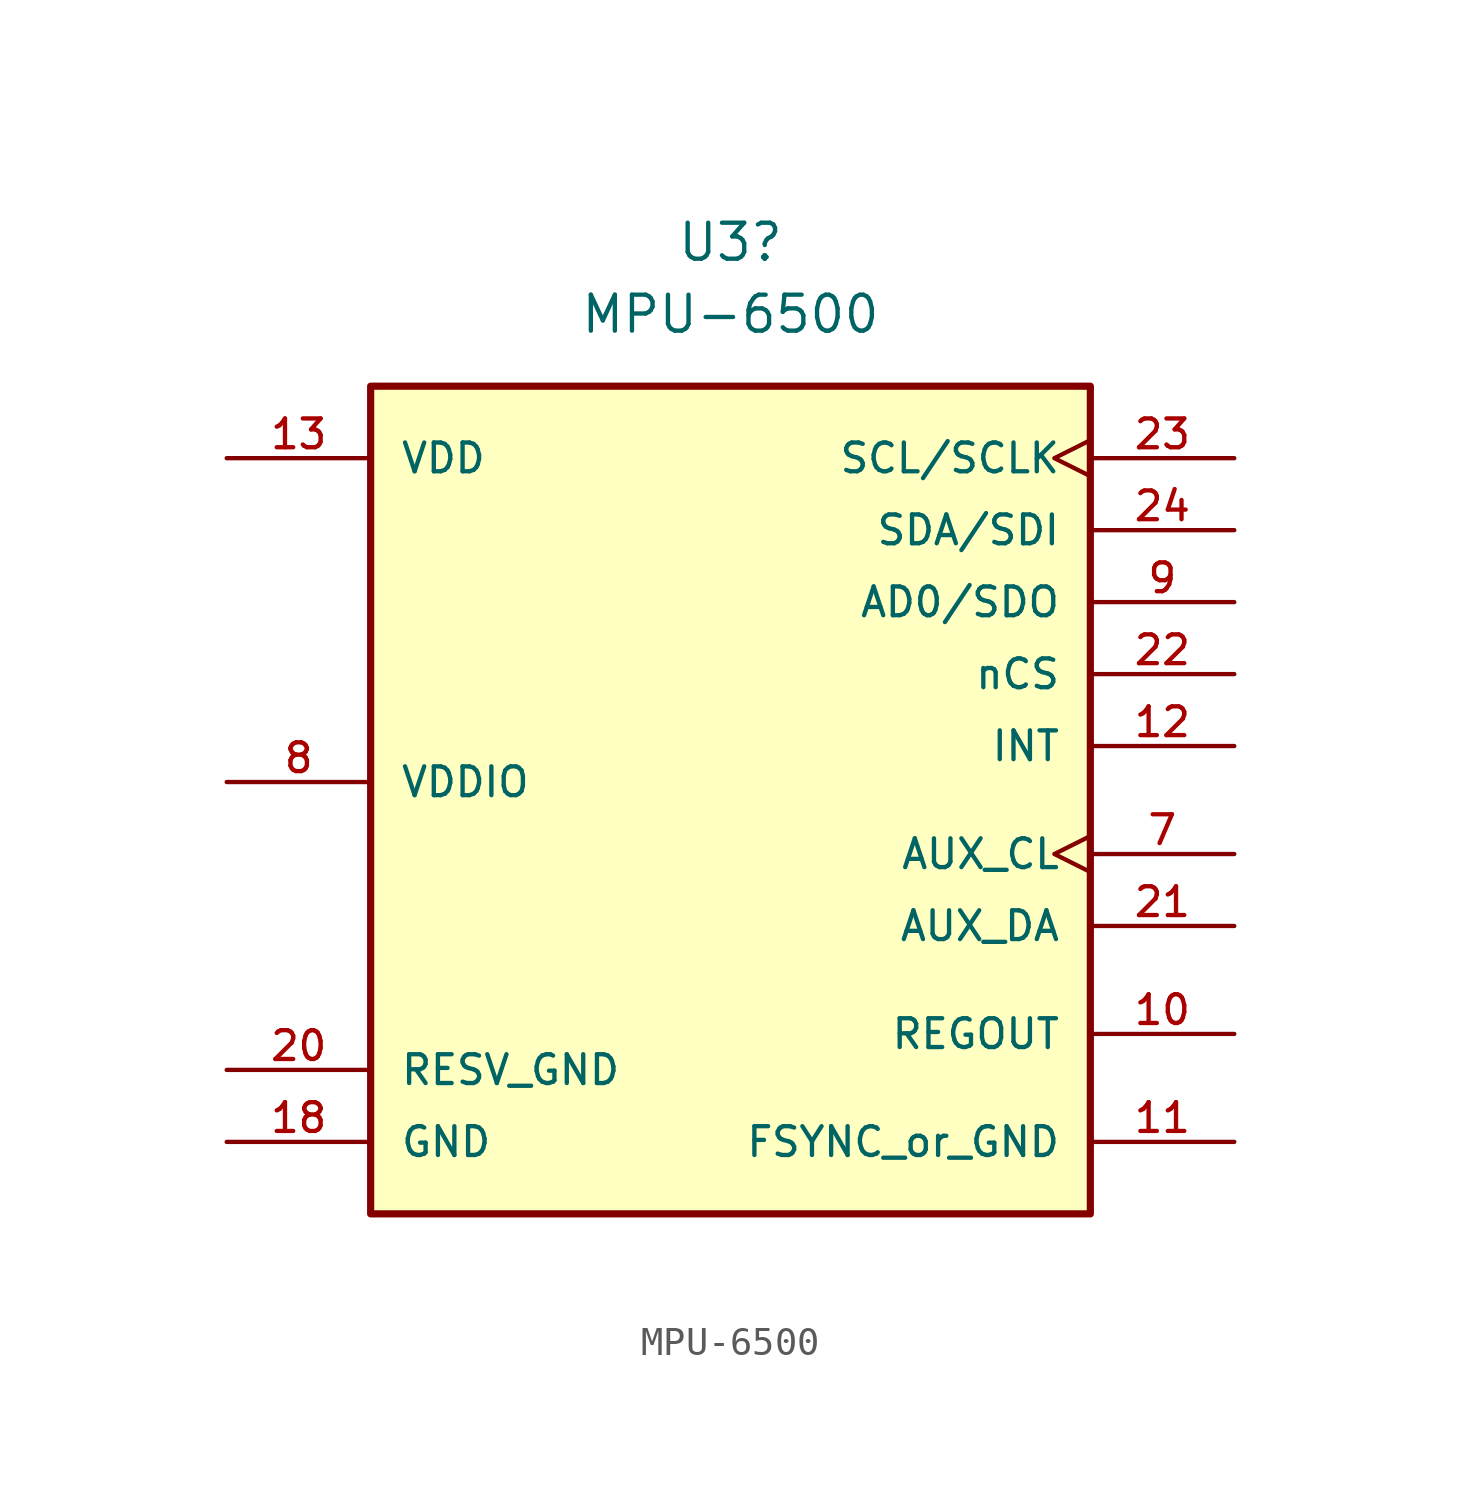
<source format=kicad_sym>
(kicad_symbol_lib
  (version 20241209)
  (generator "kicad_symbol_editor")
  (generator_version "9.0")
  (symbol "MPU-6500"
    (pin_names
      (offset 1.016))
    (property "Reference" "U3"
      (at 0 22.86 0)
      (effects (font (size 1.27 1.27))))
    (property "Value" "MPU-6500"
      (at 0 20.32 0)
      (effects (font (size 1.27 1.27))))
    (symbol "MPU-6500_0_0"
      (rectangle (start -12.7 17.78) (end 12.7 -11.43) (stroke (width 0.254) (type default)) (fill (type background)))
      (pin power_in line (at -17.78 15.24 0) (length 5.08) (name "VDD" (effects (font (size 1.016 1.016)))) (number "13" (effects (font (size 1.016 1.016)))))
      (pin power_in line (at -17.78 3.81 0) (length 5.08) (name "VDDIO" (effects (font (size 1.016 1.016)))) (number "8" (effects (font (size 1.016 1.016)))))
      (pin power_in line (at -17.78 -6.35 0) (length 5.08) (name "RESV_GND" (effects (font (size 1.016 1.016)))) (number "20" (effects (font (size 1.016 1.016)))))
      (pin power_in line (at -17.78 -8.89 0) (length 5.08) (name "GND" (effects (font (size 1.016 1.016)))) (number "18" (effects (font (size 1.016 1.016)))))
      (pin input clock (at 17.78 15.24 180) (length 5.08) (name "SCL/SCLK" (effects (font (size 1.016 1.016)))) (number "23" (effects (font (size 1.016 1.016)))))
      (pin bidirectional line (at 17.78 12.7 180) (length 5.08) (name "SDA/SDI" (effects (font (size 1.016 1.016)))) (number "24" (effects (font (size 1.016 1.016)))))
      (pin output line (at 17.78 10.16 180) (length 5.08) (name "AD0/SDO" (effects (font (size 1.016 1.016)))) (number "9" (effects (font (size 1.016 1.016)))))
      (pin input line (at 17.78 7.62 180) (length 5.08) (name "nCS" (effects (font (size 1.016 1.016)))) (number "22" (effects (font (size 1.016 1.016)))))
      (pin output line (at 17.78 5.08 180) (length 5.08) (name "INT" (effects (font (size 1.016 1.016)))) (number "12" (effects (font (size 1.016 1.016)))))
      (pin input clock (at 17.78 1.27 180) (length 5.08) (name "AUX_CL" (effects (font (size 1.016 1.016)))) (number "7" (effects (font (size 1.016 1.016)))))
      (pin bidirectional line (at 17.78 -1.27 180) (length 5.08) (name "AUX_DA" (effects (font (size 1.016 1.016)))) (number "21" (effects (font (size 1.016 1.016)))))
      (pin output line (at 17.78 -5.08 180) (length 5.08) (name "REGOUT" (effects (font (size 1.016 1.016)))) (number "10" (effects (font (size 1.016 1.016)))))
      (pin input line (at 17.78 -8.89 180) (length 5.08) (name "FSYNC_or_GND" (effects (font (size 1.016 1.016)))) (number "11" (effects (font (size 1.016 1.016))))))))
</source>
